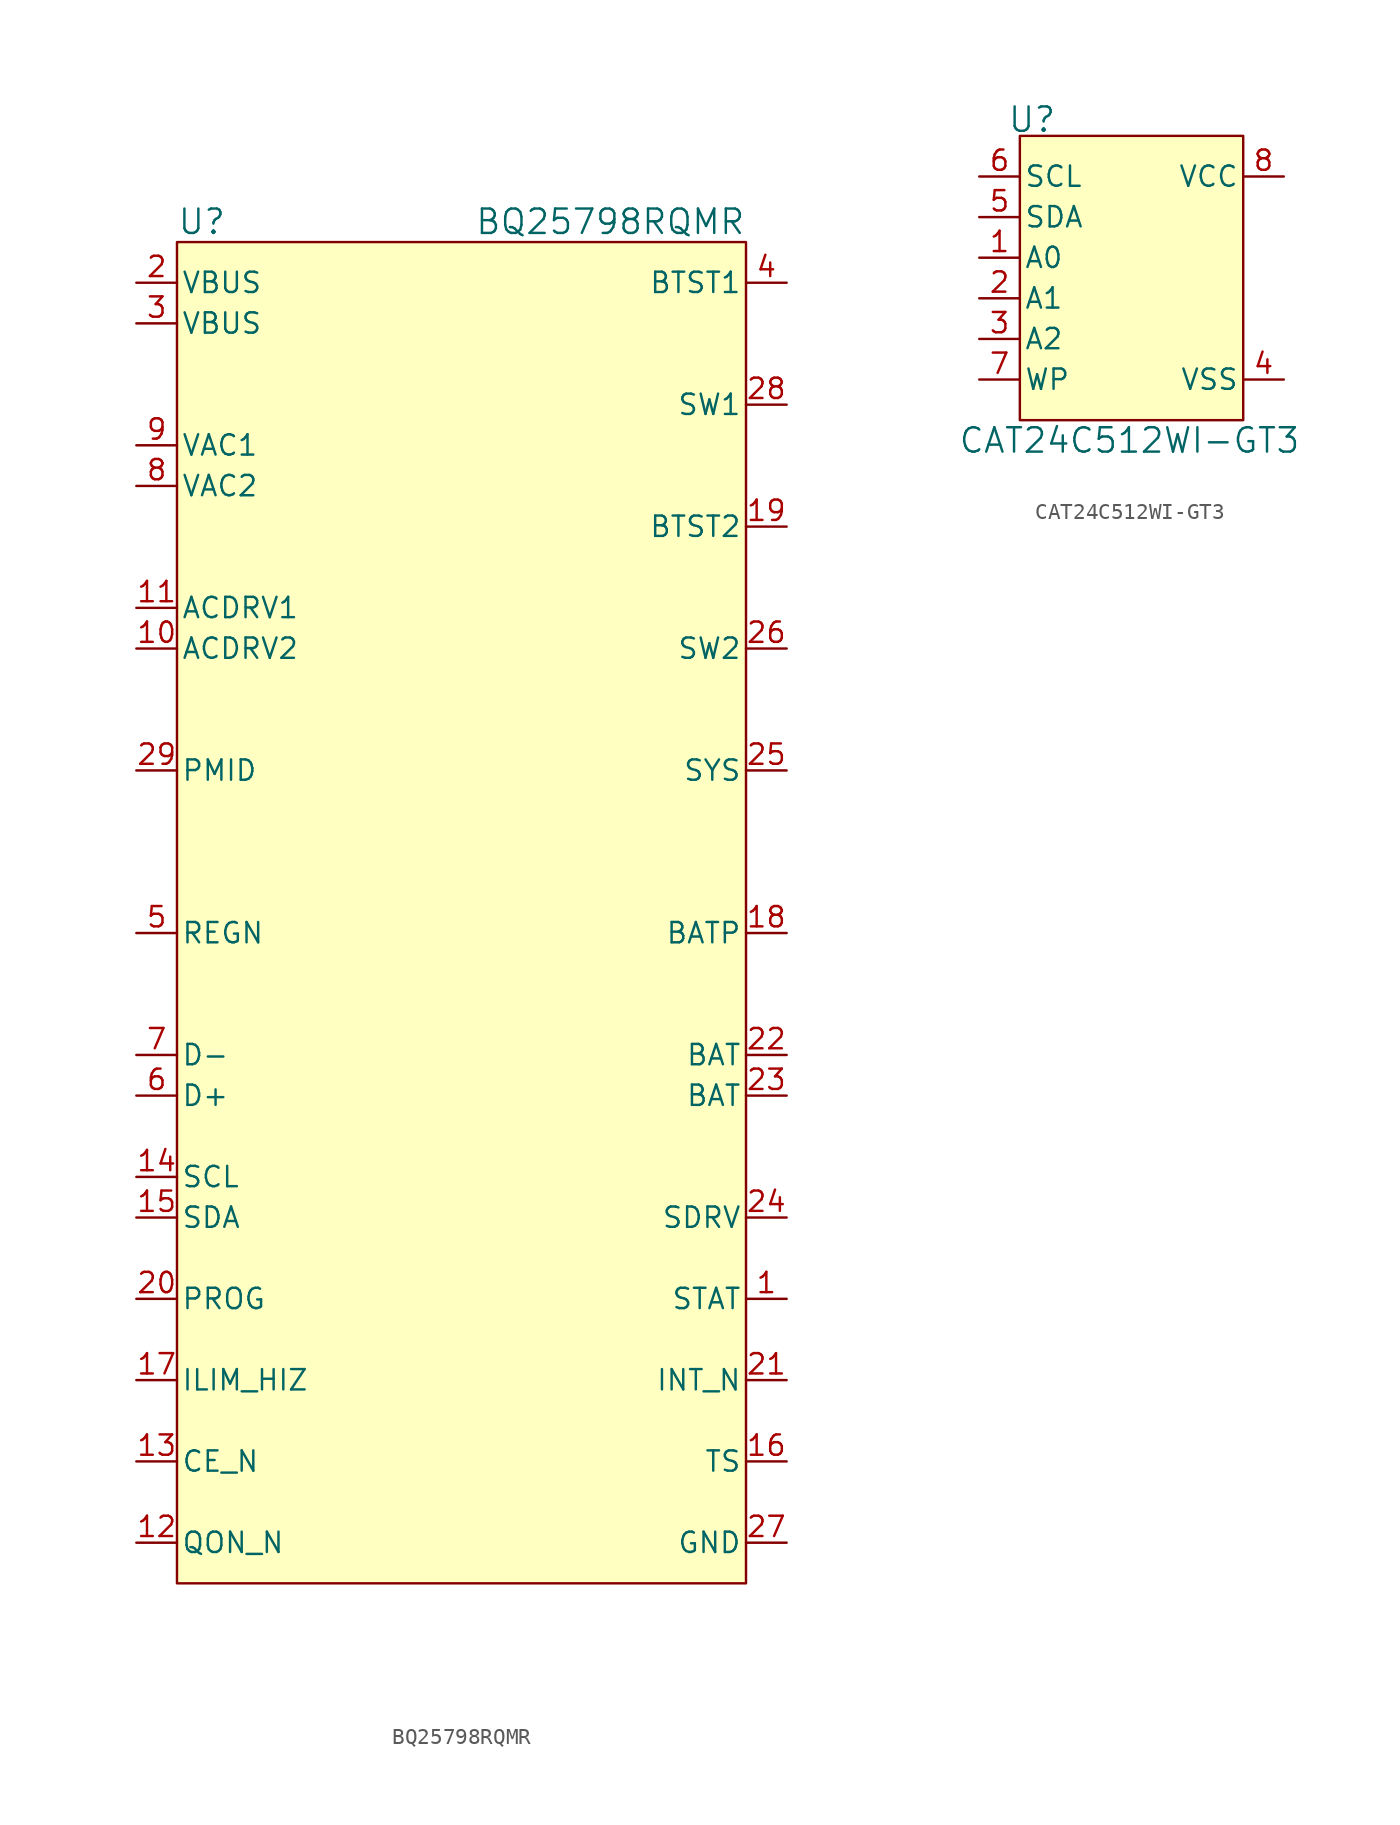
<source format=kicad_sym>
(kicad_symbol_lib
  (version 20241209)
  (generator "kicad_symbol_editor")
  (generator_version "9.0")
  (symbol "BQ25798RQMR"
    (pin_names
      (offset 0.254))
    (property "Reference" "U"
      (at 2.54 3.81 0)
      (effects (font (size 1.524 1.524)) (justify left)))
    (property "Value" "BQ25798RQMR"
      (at 38.1 3.81 0)
      (effects (font (size 1.524 1.524)) (justify right)))
    (symbol "BQ25798RQMR_0_1"
      (pin power_in line (at 0 0 0) (length 2.54) (name "VBUS" (effects (font (size 1.27 1.27)))) (number "2" (effects (font (size 1.27 1.27)))))
      (pin power_in line (at 0 -2.54 0) (length 2.54) (name "VBUS" (effects (font (size 1.27 1.27)))) (number "3" (effects (font (size 1.27 1.27)))))
      (pin power_in line (at 0 -10.16 0) (length 2.54) (name "VAC1" (effects (font (size 1.27 1.27)))) (number "9" (effects (font (size 1.27 1.27)))))
      (pin power_in line (at 0 -12.7 0) (length 2.54) (name "VAC2" (effects (font (size 1.27 1.27)))) (number "8" (effects (font (size 1.27 1.27)))))
      (pin power_in line (at 0 -20.32 0) (length 2.54) (name "ACDRV1" (effects (font (size 1.27 1.27)))) (number "11" (effects (font (size 1.27 1.27)))))
      (pin power_in line (at 0 -22.86 0) (length 2.54) (name "ACDRV2" (effects (font (size 1.27 1.27)))) (number "10" (effects (font (size 1.27 1.27)))))
      (pin unspecified line (at 0 -30.48 0) (length 2.54) (name "PMID" (effects (font (size 1.27 1.27)))) (number "29" (effects (font (size 1.27 1.27)))))
      (pin unspecified line (at 0 -40.64 0) (length 2.54) (name "REGN" (effects (font (size 1.27 1.27)))) (number "5" (effects (font (size 1.27 1.27)))))
      (pin unspecified line (at 0 -48.26 0) (length 2.54) (name "D-" (effects (font (size 1.27 1.27)))) (number "7" (effects (font (size 1.27 1.27)))))
      (pin unspecified line (at 0 -50.8 0) (length 2.54) (name "D+" (effects (font (size 1.27 1.27)))) (number "6" (effects (font (size 1.27 1.27)))))
      (pin input line (at 0 -55.88 0) (length 2.54) (name "SCL" (effects (font (size 1.27 1.27)))) (number "14" (effects (font (size 1.27 1.27)))))
      (pin bidirectional line (at 0 -58.42 0) (length 2.54) (name "SDA" (effects (font (size 1.27 1.27)))) (number "15" (effects (font (size 1.27 1.27)))))
      (pin unspecified line (at 0 -63.5 0) (length 2.54) (name "PROG" (effects (font (size 1.27 1.27)))) (number "20" (effects (font (size 1.27 1.27)))))
      (pin unspecified line (at 0 -68.58 0) (length 2.54) (name "ILIM_HIZ" (effects (font (size 1.27 1.27)))) (number "17" (effects (font (size 1.27 1.27)))))
      (pin unspecified line (at 0 -73.66 0) (length 2.54) (name "CE_N" (effects (font (size 1.27 1.27)))) (number "13" (effects (font (size 1.27 1.27)))))
      (pin unspecified line (at 0 -78.74 0) (length 2.54) (name "QON_N" (effects (font (size 1.27 1.27)))) (number "12" (effects (font (size 1.27 1.27)))))
      (pin unspecified line (at 40.64 0 180) (length 2.54) (name "BTST1" (effects (font (size 1.27 1.27)))) (number "4" (effects (font (size 1.27 1.27)))))
      (pin unspecified line (at 40.64 -7.62 180) (length 2.54) (name "SW1" (effects (font (size 1.27 1.27)))) (number "28" (effects (font (size 1.27 1.27)))))
      (pin unspecified line (at 40.64 -15.24 180) (length 2.54) (name "BTST2" (effects (font (size 1.27 1.27)))) (number "19" (effects (font (size 1.27 1.27)))))
      (pin unspecified line (at 40.64 -22.86 180) (length 2.54) (name "SW2" (effects (font (size 1.27 1.27)))) (number "26" (effects (font (size 1.27 1.27)))))
      (pin unspecified line (at 40.64 -30.48 180) (length 2.54) (name "SYS" (effects (font (size 1.27 1.27)))) (number "25" (effects (font (size 1.27 1.27)))))
      (pin unspecified line (at 40.64 -40.64 180) (length 2.54) (name "BATP" (effects (font (size 1.27 1.27)))) (number "18" (effects (font (size 1.27 1.27)))))
      (pin unspecified line (at 40.64 -48.26 180) (length 2.54) (name "BAT" (effects (font (size 1.27 1.27)))) (number "22" (effects (font (size 1.27 1.27)))))
      (pin unspecified line (at 40.64 -50.8 180) (length 2.54) (name "BAT" (effects (font (size 1.27 1.27)))) (number "23" (effects (font (size 1.27 1.27)))))
      (pin unspecified line (at 40.64 -58.42 180) (length 2.54) (name "SDRV" (effects (font (size 1.27 1.27)))) (number "24" (effects (font (size 1.27 1.27)))))
      (pin unspecified line (at 40.64 -63.5 180) (length 2.54) (name "STAT" (effects (font (size 1.27 1.27)))) (number "1" (effects (font (size 1.27 1.27)))))
      (pin unspecified line (at 40.64 -68.58 180) (length 2.54) (name "INT_N" (effects (font (size 1.27 1.27)))) (number "21" (effects (font (size 1.27 1.27)))))
      (pin unspecified line (at 40.64 -73.66 180) (length 2.54) (name "TS" (effects (font (size 1.27 1.27)))) (number "16" (effects (font (size 1.27 1.27)))))
      (pin power_in line (at 40.64 -78.74 180) (length 2.54) (name "GND" (effects (font (size 1.27 1.27)))) (number "27" (effects (font (size 1.27 1.27))))))
    (symbol "BQ25798RQMR_1_1"
      (rectangle (start 2.54 2.54) (end 38.1 -81.28) (stroke (width 0) (type solid)) (fill (type color) (color 255 255 194 1)))))
  (symbol "CAT24C512WI-GT3"
    (pin_names
      (offset 0.254))
    (property "Reference" "U"
      (at 3.302 3.556 0)
      (effects (font (size 1.524 1.524))))
    (property "Value" "CAT24C512WI-GT3"
      (at 9.398 -16.51 0)
      (effects (font (size 1.524 1.524))))
    (symbol "CAT24C512WI-GT3_0_1"
      (pin input line (at 0 0 0) (length 2.54) (name "SCL" (effects (font (size 1.27 1.27)))) (number "6" (effects (font (size 1.27 1.27)))))
      (pin input line (at 0 -5.08 0) (length 2.54) (name "A0" (effects (font (size 1.27 1.27)))) (number "1" (effects (font (size 1.27 1.27)))))
      (pin input line (at 0 -7.62 0) (length 2.54) (name "A1" (effects (font (size 1.27 1.27)))) (number "2" (effects (font (size 1.27 1.27)))))
      (pin input line (at 0 -10.16 0) (length 2.54) (name "A2" (effects (font (size 1.27 1.27)))) (number "3" (effects (font (size 1.27 1.27)))))
      (pin input line (at 0 -12.7 0) (length 2.54) (name "WP" (effects (font (size 1.27 1.27)))) (number "7" (effects (font (size 1.27 1.27)))))
      (pin power_in line (at 19.05 0 180) (length 2.54) (name "VCC" (effects (font (size 1.27 1.27)))) (number "8" (effects (font (size 1.27 1.27)))))
      (pin power_in line (at 19.05 -12.7 180) (length 2.54) (name "VSS" (effects (font (size 1.27 1.27)))) (number "4" (effects (font (size 1.27 1.27))))))
    (symbol "CAT24C512WI-GT3_1_1"
      (rectangle (start 2.54 2.54) (end 16.51 -15.24) (stroke (width 0) (type solid)) (fill (type color) (color 255 255 194 1)))
      (pin bidirectional line (at 0 -2.54 0) (length 2.54) (name "SDA" (effects (font (size 1.27 1.27)))) (number "5" (effects (font (size 1.27 1.27))))))))
</source>
